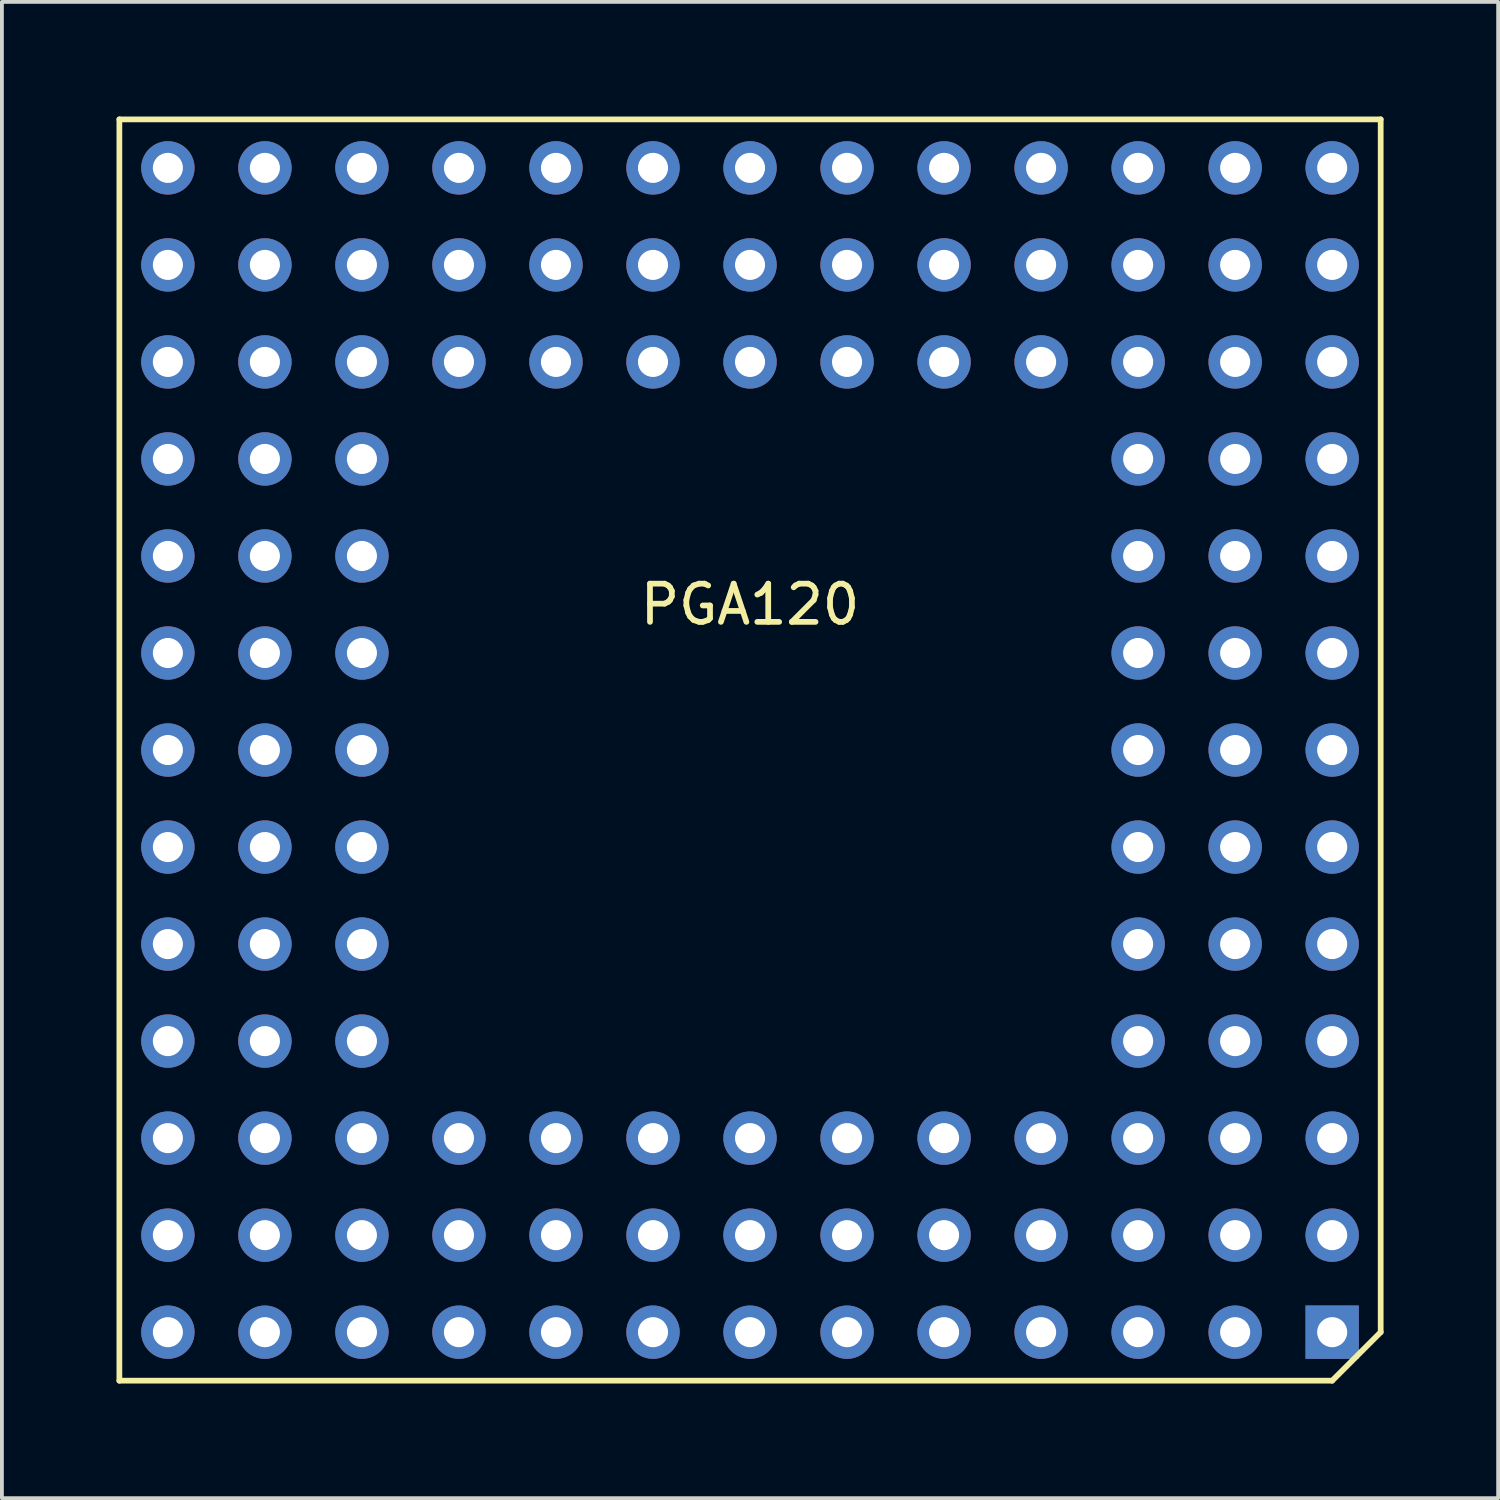
<source format=kicad_pcb>
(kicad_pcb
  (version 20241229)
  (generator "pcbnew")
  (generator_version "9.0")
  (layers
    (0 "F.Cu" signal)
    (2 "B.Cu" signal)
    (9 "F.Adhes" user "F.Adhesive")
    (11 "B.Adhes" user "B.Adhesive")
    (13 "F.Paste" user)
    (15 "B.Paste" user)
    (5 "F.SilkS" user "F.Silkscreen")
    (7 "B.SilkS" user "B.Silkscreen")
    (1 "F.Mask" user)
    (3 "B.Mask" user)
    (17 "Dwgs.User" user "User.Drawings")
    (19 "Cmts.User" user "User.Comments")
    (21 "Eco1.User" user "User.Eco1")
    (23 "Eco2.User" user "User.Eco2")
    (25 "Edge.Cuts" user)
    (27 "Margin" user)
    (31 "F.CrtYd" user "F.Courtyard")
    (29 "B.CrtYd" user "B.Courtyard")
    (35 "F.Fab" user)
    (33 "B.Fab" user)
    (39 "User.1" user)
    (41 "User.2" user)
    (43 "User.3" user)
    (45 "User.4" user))
  (footprint "PGA120"
    (layer "F.Cu")
    (at 16.585 16.585)
    (property "Reference" "PGA120" (at 0 -3.81 0) (layer "F.SilkS") (effects (font (size 1 1) (thickness 0.15))))
    (attr through_hole)
    (fp_line (start -16.51 -16.51) (end -16.51 16.51) (stroke (width 0.15) (type solid)) (layer "F.SilkS"))
    (fp_line (start -16.51 16.51) (end 15.24 16.51) (stroke (width 0.15) (type solid)) (layer "F.SilkS"))
    (fp_line (start 16.51 -16.51) (end -16.51 -16.51) (stroke (width 0.15) (type solid)) (layer "F.SilkS"))
    (fp_line (start 16.51 15.24) (end 15.24 16.51) (stroke (width 0.15) (type solid)) (layer "F.SilkS"))
    (fp_line (start 16.51 15.24) (end 16.51 -16.51) (stroke (width 0.15) (type solid)) (layer "F.SilkS"))
    (pad "A1" thru_hole rect (at 15.24 15.24) (size 1.397 1.397) (drill 0.787) (layers "*.Cu" "*.Mask"))
    (pad "A2" thru_hole circle (at 12.7 15.24) (size 1.397 1.397) (drill 0.787) (layers "*.Cu" "*.Mask"))
    (pad "A3" thru_hole circle (at 10.16 15.24) (size 1.397 1.397) (drill 0.787) (layers "*.Cu" "*.Mask"))
    (pad "A4" thru_hole circle (at 7.62 15.24) (size 1.397 1.397) (drill 0.787) (layers "*.Cu" "*.Mask"))
    (pad "A5" thru_hole circle (at 5.08 15.24) (size 1.397 1.397) (drill 0.787) (layers "*.Cu" "*.Mask"))
    (pad "A6" thru_hole circle (at 2.54 15.24) (size 1.397 1.397) (drill 0.787) (layers "*.Cu" "*.Mask"))
    (pad "A7" thru_hole circle (at 0 15.24) (size 1.397 1.397) (drill 0.787) (layers "*.Cu" "*.Mask"))
    (pad "A8" thru_hole circle (at -2.54 15.24) (size 1.397 1.397) (drill 0.787) (layers "*.Cu" "*.Mask"))
    (pad "A9" thru_hole circle (at -5.08 15.24) (size 1.397 1.397) (drill 0.787) (layers "*.Cu" "*.Mask"))
    (pad "A10" thru_hole circle (at -7.62 15.24) (size 1.397 1.397) (drill 0.787) (layers "*.Cu" "*.Mask"))
    (pad "A11" thru_hole circle (at -10.16 15.24) (size 1.397 1.397) (drill 0.787) (layers "*.Cu" "*.Mask"))
    (pad "A12" thru_hole circle (at -12.7 15.24) (size 1.397 1.397) (drill 0.787) (layers "*.Cu" "*.Mask"))
    (pad "A13" thru_hole circle (at -15.24 15.24) (size 1.397 1.397) (drill 0.787) (layers "*.Cu" "*.Mask"))
    (pad "B1" thru_hole circle (at 15.24 12.7) (size 1.397 1.397) (drill 0.787) (layers "*.Cu" "*.Mask"))
    (pad "B2" thru_hole circle (at 12.7 12.7) (size 1.397 1.397) (drill 0.787) (layers "*.Cu" "*.Mask"))
    (pad "B3" thru_hole circle (at 10.16 12.7) (size 1.397 1.397) (drill 0.787) (layers "*.Cu" "*.Mask"))
    (pad "B4" thru_hole circle (at 7.62 12.7) (size 1.397 1.397) (drill 0.787) (layers "*.Cu" "*.Mask"))
    (pad "B5" thru_hole circle (at 5.08 12.7) (size 1.397 1.397) (drill 0.787) (layers "*.Cu" "*.Mask"))
    (pad "B6" thru_hole circle (at 2.54 12.7) (size 1.397 1.397) (drill 0.787) (layers "*.Cu" "*.Mask"))
    (pad "B7" thru_hole circle (at 0 12.7) (size 1.397 1.397) (drill 0.787) (layers "*.Cu" "*.Mask"))
    (pad "B8" thru_hole circle (at -2.54 12.7) (size 1.397 1.397) (drill 0.787) (layers "*.Cu" "*.Mask"))
    (pad "B9" thru_hole circle (at -5.08 12.7) (size 1.397 1.397) (drill 0.787) (layers "*.Cu" "*.Mask"))
    (pad "B10" thru_hole circle (at -7.62 12.7) (size 1.397 1.397) (drill 0.787) (layers "*.Cu" "*.Mask"))
    (pad "B11" thru_hole circle (at -10.16 12.7) (size 1.397 1.397) (drill 0.787) (layers "*.Cu" "*.Mask"))
    (pad "B12" thru_hole circle (at -12.7 12.7) (size 1.397 1.397) (drill 0.787) (layers "*.Cu" "*.Mask"))
    (pad "B13" thru_hole circle (at -15.24 12.7) (size 1.397 1.397) (drill 0.787) (layers "*.Cu" "*.Mask"))
    (pad "C1" thru_hole circle (at 15.24 10.16) (size 1.397 1.397) (drill 0.787) (layers "*.Cu" "*.Mask"))
    (pad "C2" thru_hole circle (at 12.7 10.16) (size 1.397 1.397) (drill 0.787) (layers "*.Cu" "*.Mask"))
    (pad "C3" thru_hole circle (at 10.16 10.16) (size 1.397 1.397) (drill 0.787) (layers "*.Cu" "*.Mask"))
    (pad "C4" thru_hole circle (at 7.62 10.16) (size 1.397 1.397) (drill 0.787) (layers "*.Cu" "*.Mask"))
    (pad "C5" thru_hole circle (at 5.08 10.16) (size 1.397 1.397) (drill 0.787) (layers "*.Cu" "*.Mask"))
    (pad "C6" thru_hole circle (at 2.54 10.16) (size 1.397 1.397) (drill 0.787) (layers "*.Cu" "*.Mask"))
    (pad "C7" thru_hole circle (at 0 10.16) (size 1.397 1.397) (drill 0.787) (layers "*.Cu" "*.Mask"))
    (pad "C8" thru_hole circle (at -2.54 10.16) (size 1.397 1.397) (drill 0.787) (layers "*.Cu" "*.Mask"))
    (pad "C9" thru_hole circle (at -5.08 10.16) (size 1.397 1.397) (drill 0.787) (layers "*.Cu" "*.Mask"))
    (pad "C10" thru_hole circle (at -7.62 10.16) (size 1.397 1.397) (drill 0.787) (layers "*.Cu" "*.Mask"))
    (pad "C11" thru_hole circle (at -10.16 10.16) (size 1.397 1.397) (drill 0.787) (layers "*.Cu" "*.Mask"))
    (pad "C12" thru_hole circle (at -12.7 10.16) (size 1.397 1.397) (drill 0.787) (layers "*.Cu" "*.Mask"))
    (pad "C13" thru_hole circle (at -15.24 10.16) (size 1.397 1.397) (drill 0.787) (layers "*.Cu" "*.Mask"))
    (pad "D1" thru_hole circle (at 15.24 7.62) (size 1.397 1.397) (drill 0.787) (layers "*.Cu" "*.Mask"))
    (pad "D2" thru_hole circle (at 12.7 7.62) (size 1.397 1.397) (drill 0.787) (layers "*.Cu" "*.Mask"))
    (pad "D3" thru_hole circle (at 10.16 7.62) (size 1.397 1.397) (drill 0.787) (layers "*.Cu" "*.Mask"))
    (pad "D11" thru_hole circle (at -10.16 7.62) (size 1.397 1.397) (drill 0.787) (layers "*.Cu" "*.Mask"))
    (pad "D12" thru_hole circle (at -12.7 7.62) (size 1.397 1.397) (drill 0.787) (layers "*.Cu" "*.Mask"))
    (pad "D13" thru_hole circle (at -15.24 7.62) (size 1.397 1.397) (drill 0.787) (layers "*.Cu" "*.Mask"))
    (pad "E1" thru_hole circle (at 15.24 5.08) (size 1.397 1.397) (drill 0.787) (layers "*.Cu" "*.Mask"))
    (pad "E2" thru_hole circle (at 12.7 5.08) (size 1.397 1.397) (drill 0.787) (layers "*.Cu" "*.Mask"))
    (pad "E3" thru_hole circle (at 10.16 5.08) (size 1.397 1.397) (drill 0.787) (layers "*.Cu" "*.Mask"))
    (pad "E11" thru_hole circle (at -10.16 5.08) (size 1.397 1.397) (drill 0.787) (layers "*.Cu" "*.Mask"))
    (pad "E12" thru_hole circle (at -12.7 5.08) (size 1.397 1.397) (drill 0.787) (layers "*.Cu" "*.Mask"))
    (pad "E13" thru_hole circle (at -15.24 5.08) (size 1.397 1.397) (drill 0.787) (layers "*.Cu" "*.Mask"))
    (pad "F1" thru_hole circle (at 15.24 2.54) (size 1.397 1.397) (drill 0.787) (layers "*.Cu" "*.Mask"))
    (pad "F2" thru_hole circle (at 12.7 2.54) (size 1.397 1.397) (drill 0.787) (layers "*.Cu" "*.Mask"))
    (pad "F3" thru_hole circle (at 10.16 2.54) (size 1.397 1.397) (drill 0.787) (layers "*.Cu" "*.Mask"))
    (pad "F11" thru_hole circle (at -10.16 2.54) (size 1.397 1.397) (drill 0.787) (layers "*.Cu" "*.Mask"))
    (pad "F12" thru_hole circle (at -12.7 2.54) (size 1.397 1.397) (drill 0.787) (layers "*.Cu" "*.Mask"))
    (pad "F13" thru_hole circle (at -15.24 2.54) (size 1.397 1.397) (drill 0.787) (layers "*.Cu" "*.Mask"))
    (pad "G1" thru_hole circle (at 15.24 0) (size 1.397 1.397) (drill 0.787) (layers "*.Cu" "*.Mask"))
    (pad "G2" thru_hole circle (at 12.7 0) (size 1.397 1.397) (drill 0.787) (layers "*.Cu" "*.Mask"))
    (pad "G3" thru_hole circle (at 10.16 0) (size 1.397 1.397) (drill 0.787) (layers "*.Cu" "*.Mask"))
    (pad "G11" thru_hole circle (at -10.16 0) (size 1.397 1.397) (drill 0.787) (layers "*.Cu" "*.Mask"))
    (pad "G12" thru_hole circle (at -12.7 0) (size 1.397 1.397) (drill 0.787) (layers "*.Cu" "*.Mask"))
    (pad "G13" thru_hole circle (at -15.24 0) (size 1.397 1.397) (drill 0.787) (layers "*.Cu" "*.Mask"))
    (pad "H1" thru_hole circle (at 15.24 -2.54) (size 1.397 1.397) (drill 0.787) (layers "*.Cu" "*.Mask"))
    (pad "H2" thru_hole circle (at 12.7 -2.54) (size 1.397 1.397) (drill 0.787) (layers "*.Cu" "*.Mask"))
    (pad "H3" thru_hole circle (at 10.16 -2.54) (size 1.397 1.397) (drill 0.787) (layers "*.Cu" "*.Mask"))
    (pad "H11" thru_hole circle (at -10.16 -2.54) (size 1.397 1.397) (drill 0.787) (layers "*.Cu" "*.Mask"))
    (pad "H12" thru_hole circle (at -12.7 -2.54) (size 1.397 1.397) (drill 0.787) (layers "*.Cu" "*.Mask"))
    (pad "H13" thru_hole circle (at -15.24 -2.54) (size 1.397 1.397) (drill 0.787) (layers "*.Cu" "*.Mask"))
    (pad "J1" thru_hole circle (at 15.24 -5.08) (size 1.397 1.397) (drill 0.787) (layers "*.Cu" "*.Mask"))
    (pad "J2" thru_hole circle (at 12.7 -5.08) (size 1.397 1.397) (drill 0.787) (layers "*.Cu" "*.Mask"))
    (pad "J3" thru_hole circle (at 10.16 -5.08) (size 1.397 1.397) (drill 0.787) (layers "*.Cu" "*.Mask"))
    (pad "J11" thru_hole circle (at -10.16 -5.08) (size 1.397 1.397) (drill 0.787) (layers "*.Cu" "*.Mask"))
    (pad "J12" thru_hole circle (at -12.7 -5.08) (size 1.397 1.397) (drill 0.787) (layers "*.Cu" "*.Mask"))
    (pad "J13" thru_hole circle (at -15.24 -5.08) (size 1.397 1.397) (drill 0.787) (layers "*.Cu" "*.Mask"))
    (pad "K1" thru_hole circle (at 15.24 -7.62) (size 1.397 1.397) (drill 0.787) (layers "*.Cu" "*.Mask"))
    (pad "K2" thru_hole circle (at 12.7 -7.62) (size 1.397 1.397) (drill 0.787) (layers "*.Cu" "*.Mask"))
    (pad "K3" thru_hole circle (at 10.16 -7.62) (size 1.397 1.397) (drill 0.787) (layers "*.Cu" "*.Mask"))
    (pad "K11" thru_hole circle (at -10.16 -7.62) (size 1.397 1.397) (drill 0.787) (layers "*.Cu" "*.Mask"))
    (pad "K12" thru_hole circle (at -12.7 -7.62) (size 1.397 1.397) (drill 0.787) (layers "*.Cu" "*.Mask"))
    (pad "K13" thru_hole circle (at -15.24 -7.62) (size 1.397 1.397) (drill 0.787) (layers "*.Cu" "*.Mask"))
    (pad "L1" thru_hole circle (at 15.24 -10.16) (size 1.397 1.397) (drill 0.787) (layers "*.Cu" "*.Mask"))
    (pad "L2" thru_hole circle (at 12.7 -10.16) (size 1.397 1.397) (drill 0.787) (layers "*.Cu" "*.Mask"))
    (pad "L3" thru_hole circle (at 10.16 -10.16) (size 1.397 1.397) (drill 0.787) (layers "*.Cu" "*.Mask"))
    (pad "L4" thru_hole circle (at 7.62 -10.16) (size 1.397 1.397) (drill 0.787) (layers "*.Cu" "*.Mask"))
    (pad "L5" thru_hole circle (at 5.08 -10.16) (size 1.397 1.397) (drill 0.787) (layers "*.Cu" "*.Mask"))
    (pad "L6" thru_hole circle (at 2.54 -10.16) (size 1.397 1.397) (drill 0.787) (layers "*.Cu" "*.Mask"))
    (pad "L7" thru_hole circle (at 0 -10.16) (size 1.397 1.397) (drill 0.787) (layers "*.Cu" "*.Mask"))
    (pad "L8" thru_hole circle (at -2.54 -10.16) (size 1.397 1.397) (drill 0.787) (layers "*.Cu" "*.Mask"))
    (pad "L9" thru_hole circle (at -5.08 -10.16) (size 1.397 1.397) (drill 0.787) (layers "*.Cu" "*.Mask"))
    (pad "L10" thru_hole circle (at -7.62 -10.16) (size 1.397 1.397) (drill 0.787) (layers "*.Cu" "*.Mask"))
    (pad "L11" thru_hole circle (at -10.16 -10.16) (size 1.397 1.397) (drill 0.787) (layers "*.Cu" "*.Mask"))
    (pad "L12" thru_hole circle (at -12.7 -10.16) (size 1.397 1.397) (drill 0.787) (layers "*.Cu" "*.Mask"))
    (pad "L13" thru_hole circle (at -15.24 -10.16) (size 1.397 1.397) (drill 0.787) (layers "*.Cu" "*.Mask"))
    (pad "M1" thru_hole circle (at 15.24 -12.7) (size 1.397 1.397) (drill 0.787) (layers "*.Cu" "*.Mask"))
    (pad "M2" thru_hole circle (at 12.7 -12.7) (size 1.397 1.397) (drill 0.787) (layers "*.Cu" "*.Mask"))
    (pad "M3" thru_hole circle (at 10.16 -12.7) (size 1.397 1.397) (drill 0.787) (layers "*.Cu" "*.Mask"))
    (pad "M4" thru_hole circle (at 7.62 -12.7) (size 1.397 1.397) (drill 0.787) (layers "*.Cu" "*.Mask"))
    (pad "M5" thru_hole circle (at 5.08 -12.7) (size 1.397 1.397) (drill 0.787) (layers "*.Cu" "*.Mask"))
    (pad "M6" thru_hole circle (at 2.54 -12.7) (size 1.397 1.397) (drill 0.787) (layers "*.Cu" "*.Mask"))
    (pad "M7" thru_hole circle (at 0 -12.7) (size 1.397 1.397) (drill 0.787) (layers "*.Cu" "*.Mask"))
    (pad "M8" thru_hole circle (at -2.54 -12.7) (size 1.397 1.397) (drill 0.787) (layers "*.Cu" "*.Mask"))
    (pad "M9" thru_hole circle (at -5.08 -12.7) (size 1.397 1.397) (drill 0.787) (layers "*.Cu" "*.Mask"))
    (pad "M10" thru_hole circle (at -7.62 -12.7) (size 1.397 1.397) (drill 0.787) (layers "*.Cu" "*.Mask"))
    (pad "M11" thru_hole circle (at -10.16 -12.7) (size 1.397 1.397) (drill 0.787) (layers "*.Cu" "*.Mask"))
    (pad "M12" thru_hole circle (at -12.7 -12.7) (size 1.397 1.397) (drill 0.787) (layers "*.Cu" "*.Mask"))
    (pad "M13" thru_hole circle (at -15.24 -12.7) (size 1.397 1.397) (drill 0.787) (layers "*.Cu" "*.Mask"))
    (pad "N1" thru_hole circle (at 15.24 -15.24) (size 1.397 1.397) (drill 0.787) (layers "*.Cu" "*.Mask"))
    (pad "N2" thru_hole circle (at 12.7 -15.24) (size 1.397 1.397) (drill 0.787) (layers "*.Cu" "*.Mask"))
    (pad "N3" thru_hole circle (at 10.16 -15.24) (size 1.397 1.397) (drill 0.787) (layers "*.Cu" "*.Mask"))
    (pad "N4" thru_hole circle (at 7.62 -15.24) (size 1.397 1.397) (drill 0.787) (layers "*.Cu" "*.Mask"))
    (pad "N5" thru_hole circle (at 5.08 -15.24) (size 1.397 1.397) (drill 0.787) (layers "*.Cu" "*.Mask"))
    (pad "N6" thru_hole circle (at 2.54 -15.24) (size 1.397 1.397) (drill 0.787) (layers "*.Cu" "*.Mask"))
    (pad "N7" thru_hole circle (at 0 -15.24) (size 1.397 1.397) (drill 0.787) (layers "*.Cu" "*.Mask"))
    (pad "N8" thru_hole circle (at -2.54 -15.24) (size 1.397 1.397) (drill 0.787) (layers "*.Cu" "*.Mask"))
    (pad "N9" thru_hole circle (at -5.08 -15.24) (size 1.397 1.397) (drill 0.787) (layers "*.Cu" "*.Mask"))
    (pad "N10" thru_hole circle (at -7.62 -15.24) (size 1.397 1.397) (drill 0.787) (layers "*.Cu" "*.Mask"))
    (pad "N11" thru_hole circle (at -10.16 -15.24) (size 1.397 1.397) (drill 0.787) (layers "*.Cu" "*.Mask"))
    (pad "N12" thru_hole circle (at -12.7 -15.24) (size 1.397 1.397) (drill 0.787) (layers "*.Cu" "*.Mask"))
    (pad "N13" thru_hole circle (at -15.24 -15.24) (size 1.397 1.397) (drill 0.787) (layers "*.Cu" "*.Mask")))
  (gr_rect
    (start -3 -3)
    (end 36.17 36.17)
    (stroke (width 0.1) (type default))
    (fill no)
    (layer "Edge.Cuts")))
</source>
